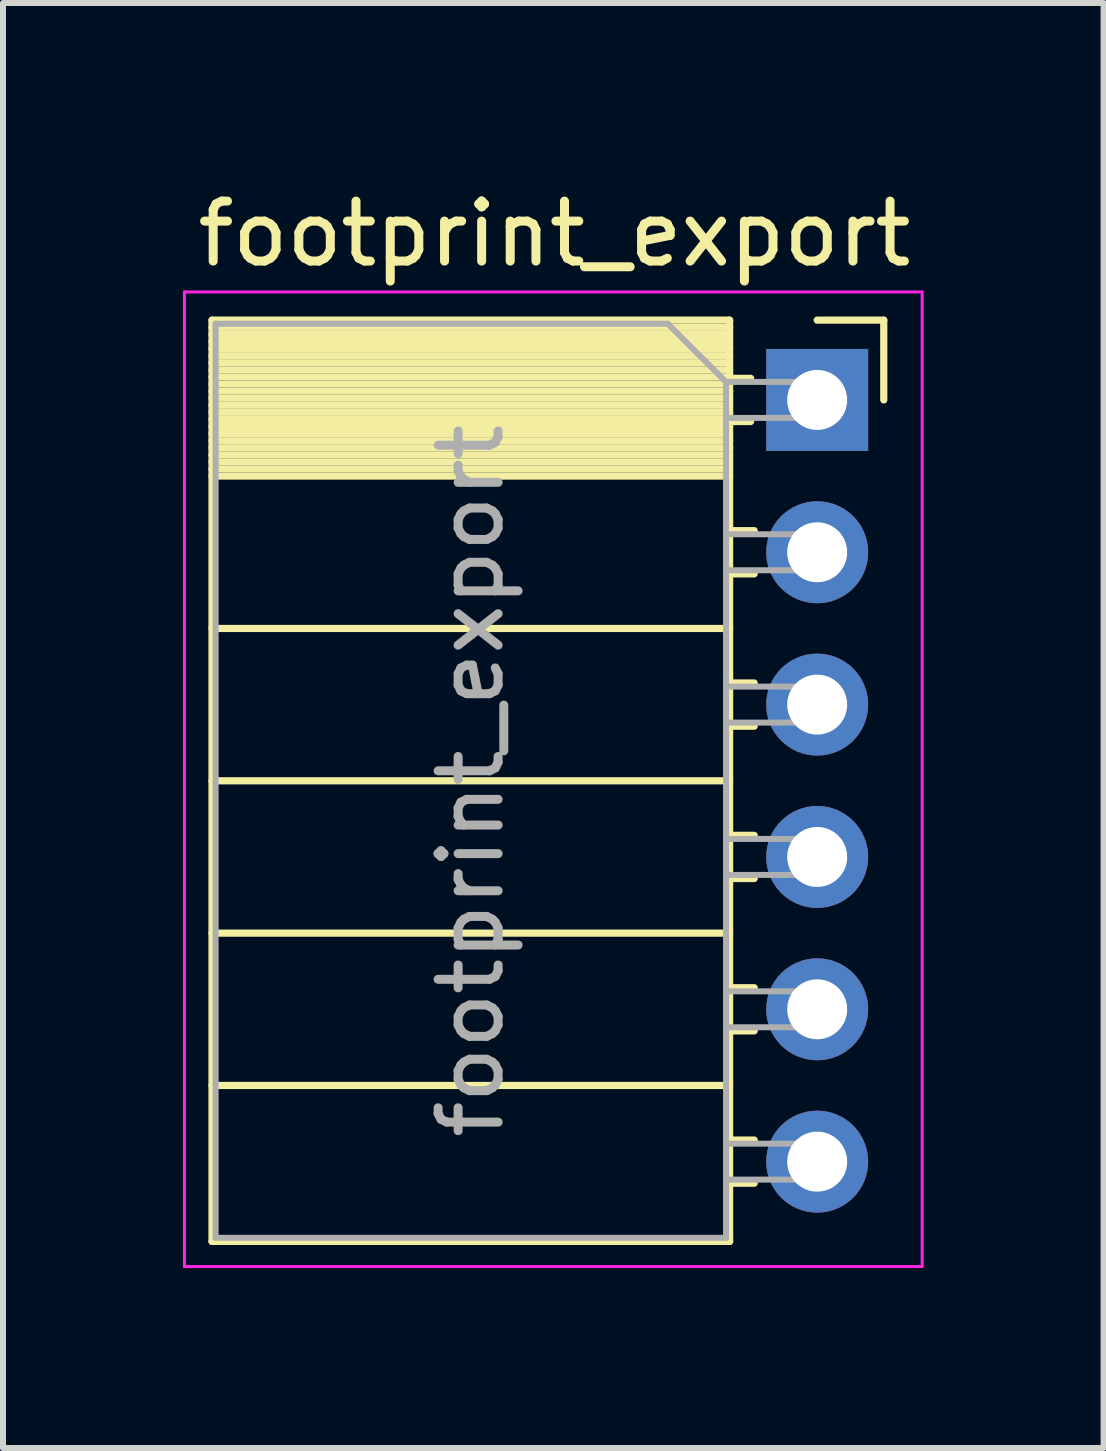
<source format=kicad_pcb>
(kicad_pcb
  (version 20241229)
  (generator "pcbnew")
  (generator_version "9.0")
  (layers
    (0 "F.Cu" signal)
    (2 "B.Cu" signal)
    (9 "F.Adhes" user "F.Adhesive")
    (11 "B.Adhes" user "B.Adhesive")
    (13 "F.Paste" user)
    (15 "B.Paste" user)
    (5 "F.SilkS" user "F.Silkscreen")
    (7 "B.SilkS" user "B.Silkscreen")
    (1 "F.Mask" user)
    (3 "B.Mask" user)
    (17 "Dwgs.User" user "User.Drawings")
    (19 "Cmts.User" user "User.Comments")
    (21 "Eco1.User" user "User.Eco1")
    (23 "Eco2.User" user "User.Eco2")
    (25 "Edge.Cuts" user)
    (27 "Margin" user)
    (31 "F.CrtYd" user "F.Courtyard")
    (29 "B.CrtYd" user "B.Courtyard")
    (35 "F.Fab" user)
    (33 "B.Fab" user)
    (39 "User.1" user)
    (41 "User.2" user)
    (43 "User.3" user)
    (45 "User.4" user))
  (footprint "footprint_export"
    (layer "F.Cu")
    (at 10.575 3.618)
    (property "Reference" "footprint_export" (at -4.38 -2.77 0) (layer "F.SilkS") (effects (font (size 1 1) (thickness 0.15))))
    (attr through_hole)
    (fp_line (start -10.09 -1.33) (end -10.09 14.03) (stroke (width 0.12) (type solid)) (layer "F.SilkS"))
    (fp_line (start -10.09 -1.33) (end -1.46 -1.33) (stroke (width 0.12) (type solid)) (layer "F.SilkS"))
    (fp_line (start -10.09 -1.21) (end -1.46 -1.21) (stroke (width 0.12) (type solid)) (layer "F.SilkS"))
    (fp_line (start -10.09 -1.092) (end -1.46 -1.092) (stroke (width 0.12) (type solid)) (layer "F.SilkS"))
    (fp_line (start -10.09 -0.974) (end -1.46 -0.974) (stroke (width 0.12) (type solid)) (layer "F.SilkS"))
    (fp_line (start -10.09 -0.856) (end -1.46 -0.856) (stroke (width 0.12) (type solid)) (layer "F.SilkS"))
    (fp_line (start -10.09 -0.738) (end -1.46 -0.738) (stroke (width 0.12) (type solid)) (layer "F.SilkS"))
    (fp_line (start -10.09 -0.62) (end -1.46 -0.62) (stroke (width 0.12) (type solid)) (layer "F.SilkS"))
    (fp_line (start -10.09 -0.501) (end -1.46 -0.501) (stroke (width 0.12) (type solid)) (layer "F.SilkS"))
    (fp_line (start -10.09 -0.383) (end -1.46 -0.383) (stroke (width 0.12) (type solid)) (layer "F.SilkS"))
    (fp_line (start -10.09 -0.265) (end -1.46 -0.265) (stroke (width 0.12) (type solid)) (layer "F.SilkS"))
    (fp_line (start -10.09 -0.147) (end -1.46 -0.147) (stroke (width 0.12) (type solid)) (layer "F.SilkS"))
    (fp_line (start -10.09 -0.029) (end -1.46 -0.029) (stroke (width 0.12) (type solid)) (layer "F.SilkS"))
    (fp_line (start -10.09 0.089) (end -1.46 0.089) (stroke (width 0.12) (type solid)) (layer "F.SilkS"))
    (fp_line (start -10.09 0.207) (end -1.46 0.207) (stroke (width 0.12) (type solid)) (layer "F.SilkS"))
    (fp_line (start -10.09 0.325) (end -1.46 0.325) (stroke (width 0.12) (type solid)) (layer "F.SilkS"))
    (fp_line (start -10.09 0.443) (end -1.46 0.443) (stroke (width 0.12) (type solid)) (layer "F.SilkS"))
    (fp_line (start -10.09 0.561) (end -1.46 0.561) (stroke (width 0.12) (type solid)) (layer "F.SilkS"))
    (fp_line (start -10.09 0.68) (end -1.46 0.68) (stroke (width 0.12) (type solid)) (layer "F.SilkS"))
    (fp_line (start -10.09 0.798) (end -1.46 0.798) (stroke (width 0.12) (type solid)) (layer "F.SilkS"))
    (fp_line (start -10.09 0.916) (end -1.46 0.916) (stroke (width 0.12) (type solid)) (layer "F.SilkS"))
    (fp_line (start -10.09 1.034) (end -1.46 1.034) (stroke (width 0.12) (type solid)) (layer "F.SilkS"))
    (fp_line (start -10.09 1.152) (end -1.46 1.152) (stroke (width 0.12) (type solid)) (layer "F.SilkS"))
    (fp_line (start -10.09 1.27) (end -1.46 1.27) (stroke (width 0.12) (type solid)) (layer "F.SilkS"))
    (fp_line (start -10.09 3.81) (end -1.46 3.81) (stroke (width 0.12) (type solid)) (layer "F.SilkS"))
    (fp_line (start -10.09 6.35) (end -1.46 6.35) (stroke (width 0.12) (type solid)) (layer "F.SilkS"))
    (fp_line (start -10.09 8.89) (end -1.46 8.89) (stroke (width 0.12) (type solid)) (layer "F.SilkS"))
    (fp_line (start -10.09 11.43) (end -1.46 11.43) (stroke (width 0.12) (type solid)) (layer "F.SilkS"))
    (fp_line (start -10.09 14.03) (end -1.46 14.03) (stroke (width 0.12) (type solid)) (layer "F.SilkS"))
    (fp_line (start -1.46 -1.33) (end -1.46 14.03) (stroke (width 0.12) (type solid)) (layer "F.SilkS"))
    (fp_line (start -1.46 -0.36) (end -1.11 -0.36) (stroke (width 0.12) (type solid)) (layer "F.SilkS"))
    (fp_line (start -1.46 0.36) (end -1.11 0.36) (stroke (width 0.12) (type solid)) (layer "F.SilkS"))
    (fp_line (start -1.46 2.18) (end -1.05 2.18) (stroke (width 0.12) (type solid)) (layer "F.SilkS"))
    (fp_line (start -1.46 2.9) (end -1.05 2.9) (stroke (width 0.12) (type solid)) (layer "F.SilkS"))
    (fp_line (start -1.46 4.72) (end -1.05 4.72) (stroke (width 0.12) (type solid)) (layer "F.SilkS"))
    (fp_line (start -1.46 5.44) (end -1.05 5.44) (stroke (width 0.12) (type solid)) (layer "F.SilkS"))
    (fp_line (start -1.46 7.26) (end -1.05 7.26) (stroke (width 0.12) (type solid)) (layer "F.SilkS"))
    (fp_line (start -1.46 7.98) (end -1.05 7.98) (stroke (width 0.12) (type solid)) (layer "F.SilkS"))
    (fp_line (start -1.46 9.8) (end -1.05 9.8) (stroke (width 0.12) (type solid)) (layer "F.SilkS"))
    (fp_line (start -1.46 10.52) (end -1.05 10.52) (stroke (width 0.12) (type solid)) (layer "F.SilkS"))
    (fp_line (start -1.46 12.34) (end -1.05 12.34) (stroke (width 0.12) (type solid)) (layer "F.SilkS"))
    (fp_line (start -1.46 13.06) (end -1.05 13.06) (stroke (width 0.12) (type solid)) (layer "F.SilkS"))
    (fp_line (start 0 -1.33) (end 1.11 -1.33) (stroke (width 0.12) (type solid)) (layer "F.SilkS"))
    (fp_line (start 1.11 -1.33) (end 1.11 0) (stroke (width 0.12) (type solid)) (layer "F.SilkS"))
    (fp_line (start -10.55 -1.8) (end -10.55 14.45) (stroke (width 0.05) (type solid)) (layer "F.CrtYd"))
    (fp_line (start -10.55 14.45) (end 1.75 14.45) (stroke (width 0.05) (type solid)) (layer "F.CrtYd"))
    (fp_line (start 1.75 -1.8) (end -10.55 -1.8) (stroke (width 0.05) (type solid)) (layer "F.CrtYd"))
    (fp_line (start 1.75 14.45) (end 1.75 -1.8) (stroke (width 0.05) (type solid)) (layer "F.CrtYd"))
    (fp_line (start -10.03 -1.27) (end -2.49 -1.27) (stroke (width 0.1) (type solid)) (layer "F.Fab"))
    (fp_line (start -10.03 13.97) (end -10.03 -1.27) (stroke (width 0.1) (type solid)) (layer "F.Fab"))
    (fp_line (start -2.49 -1.27) (end -1.52 -0.3) (stroke (width 0.1) (type solid)) (layer "F.Fab"))
    (fp_line (start -1.52 -0.3) (end -1.52 13.97) (stroke (width 0.1) (type solid)) (layer "F.Fab"))
    (fp_line (start -1.52 0.3) (end 0 0.3) (stroke (width 0.1) (type solid)) (layer "F.Fab"))
    (fp_line (start -1.52 2.84) (end 0 2.84) (stroke (width 0.1) (type solid)) (layer "F.Fab"))
    (fp_line (start -1.52 5.38) (end 0 5.38) (stroke (width 0.1) (type solid)) (layer "F.Fab"))
    (fp_line (start -1.52 7.92) (end 0 7.92) (stroke (width 0.1) (type solid)) (layer "F.Fab"))
    (fp_line (start -1.52 10.46) (end 0 10.46) (stroke (width 0.1) (type solid)) (layer "F.Fab"))
    (fp_line (start -1.52 13) (end 0 13) (stroke (width 0.1) (type solid)) (layer "F.Fab"))
    (fp_line (start -1.52 13.97) (end -10.03 13.97) (stroke (width 0.1) (type solid)) (layer "F.Fab"))
    (fp_line (start 0 -0.3) (end -1.52 -0.3) (stroke (width 0.1) (type solid)) (layer "F.Fab"))
    (fp_line (start 0 0.3) (end 0 -0.3) (stroke (width 0.1) (type solid)) (layer "F.Fab"))
    (fp_line (start 0 2.24) (end -1.52 2.24) (stroke (width 0.1) (type solid)) (layer "F.Fab"))
    (fp_line (start 0 2.84) (end 0 2.24) (stroke (width 0.1) (type solid)) (layer "F.Fab"))
    (fp_line (start 0 4.78) (end -1.52 4.78) (stroke (width 0.1) (type solid)) (layer "F.Fab"))
    (fp_line (start 0 5.38) (end 0 4.78) (stroke (width 0.1) (type solid)) (layer "F.Fab"))
    (fp_line (start 0 7.32) (end -1.52 7.32) (stroke (width 0.1) (type solid)) (layer "F.Fab"))
    (fp_line (start 0 7.92) (end 0 7.32) (stroke (width 0.1) (type solid)) (layer "F.Fab"))
    (fp_line (start 0 9.86) (end -1.52 9.86) (stroke (width 0.1) (type solid)) (layer "F.Fab"))
    (fp_line (start 0 10.46) (end 0 9.86) (stroke (width 0.1) (type solid)) (layer "F.Fab"))
    (fp_line (start 0 12.4) (end -1.52 12.4) (stroke (width 0.1) (type solid)) (layer "F.Fab"))
    (fp_line (start 0 13) (end 0 12.4) (stroke (width 0.1) (type solid)) (layer "F.Fab"))
    (fp_text user "${REFERENCE}" (at -5.775 6.35 90) (layer "F.Fab") (effects (font (size 1 1) (thickness 0.15))))
    (pad "1" thru_hole rect (at 0 0) (size 1.7 1.7) (drill 1) (layers "*.Cu" "*.Mask"))
    (pad "2" thru_hole oval (at 0 2.54) (size 1.7 1.7) (drill 1) (layers "*.Cu" "*.Mask"))
    (pad "3" thru_hole oval (at 0 5.08) (size 1.7 1.7) (drill 1) (layers "*.Cu" "*.Mask"))
    (pad "4" thru_hole oval (at 0 7.62) (size 1.7 1.7) (drill 1) (layers "*.Cu" "*.Mask"))
    (pad "5" thru_hole oval (at 0 10.16) (size 1.7 1.7) (drill 1) (layers "*.Cu" "*.Mask"))
    (pad "6" thru_hole oval (at 0 12.7) (size 1.7 1.7) (drill 1) (layers "*.Cu" "*.Mask")))
  (gr_rect
    (start -3 -3)
    (end 15.35 21.093)
    (stroke (width 0.1) (type default))
    (fill no)
    (layer "Edge.Cuts")))
</source>
